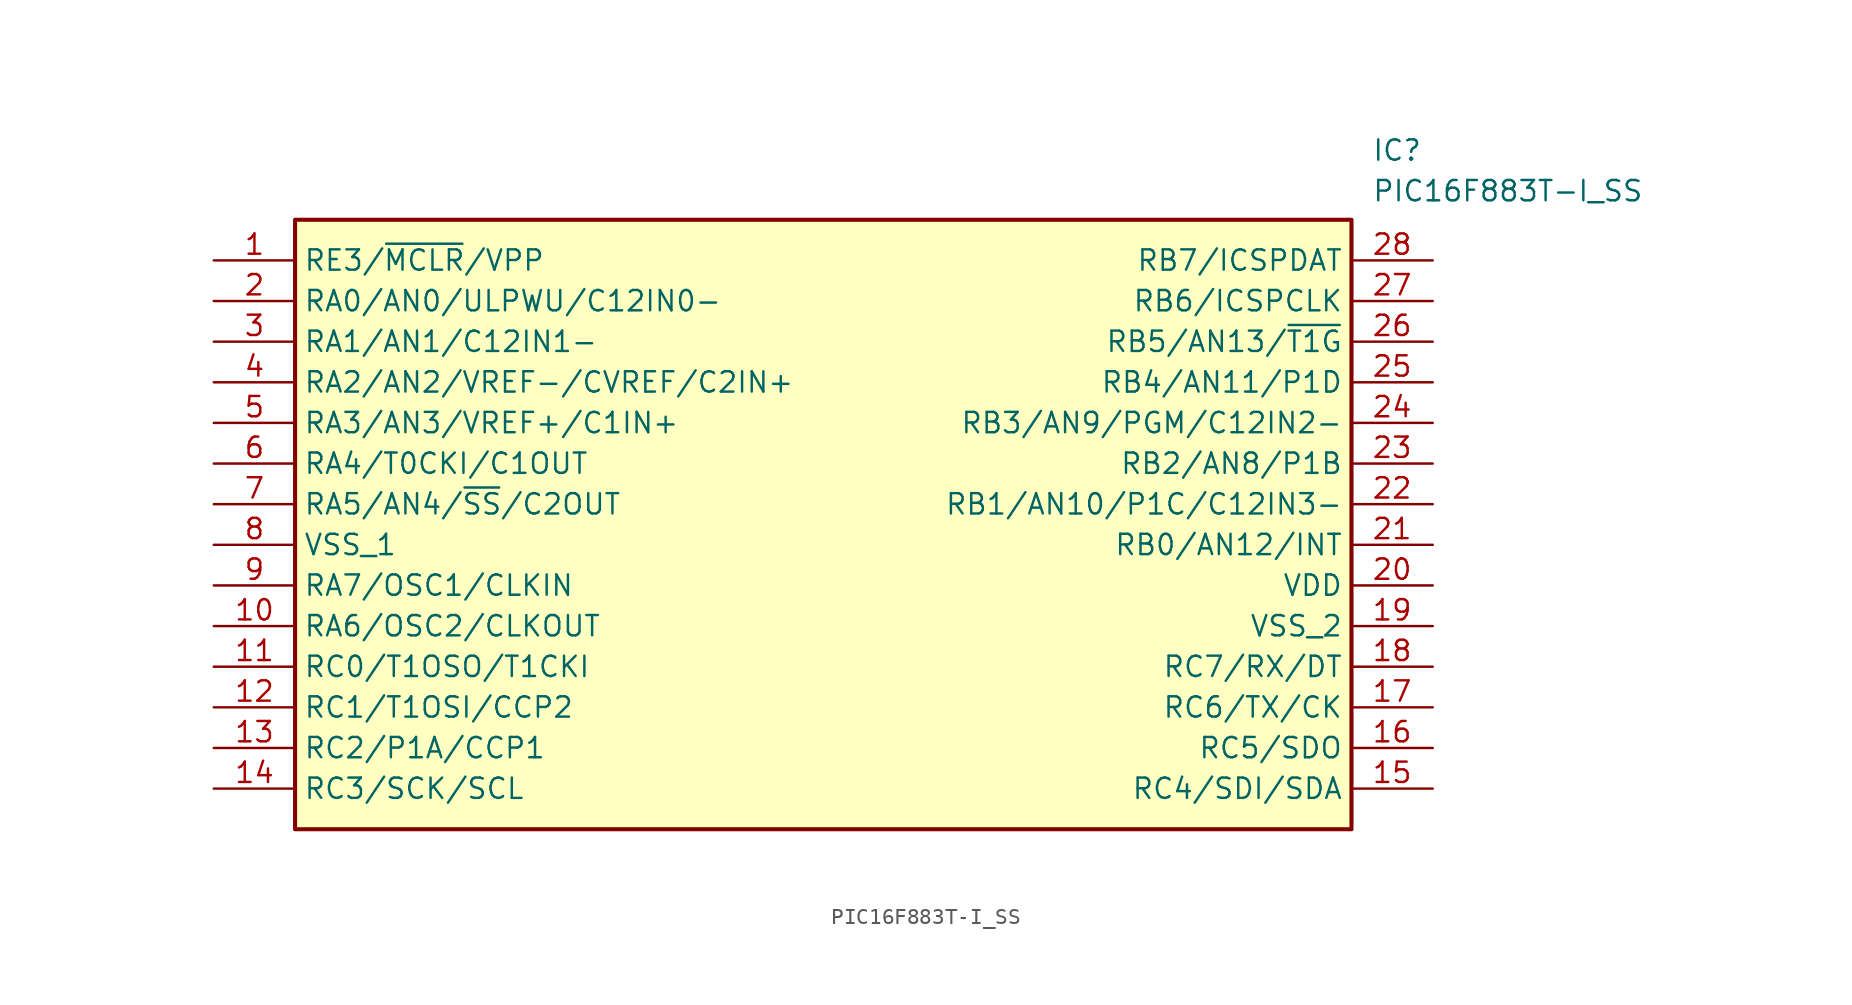
<source format=kicad_sym>
(kicad_symbol_lib
  (version 20211014)
  (generator SamacSys_ECAD_Model)
  (symbol "PIC16F883T-I_SS"
    (property "Reference" "IC"
      (at 72.39 7.62 0)
      (effects (font (size 1.27 1.27)) (justify left top)))
    (property "Value" "PIC16F883T-I_SS"
      (at 72.39 5.08 0)
      (effects (font (size 1.27 1.27)) (justify left top)))
    (rectangle
      (start 5.08 2.54)
      (end 71.12 -35.56)
      (stroke (width 0.254) (type default))
      (fill (type background)))
    (pin passive line
      (at 0 0 0)
      (length 5.08)
      (name "RE3/~{MCLR}/VPP" (effects (font (size 1.27 1.27))))
      (number "1" (effects (font (size 1.27 1.27)))))
    (pin passive line
      (at 0 -2.54 0)
      (length 5.08)
      (name "RA0/AN0/ULPWU/C12IN0-" (effects (font (size 1.27 1.27))))
      (number "2" (effects (font (size 1.27 1.27)))))
    (pin passive line
      (at 0 -5.08 0)
      (length 5.08)
      (name "RA1/AN1/C12IN1-" (effects (font (size 1.27 1.27))))
      (number "3" (effects (font (size 1.27 1.27)))))
    (pin passive line
      (at 0 -7.62 0)
      (length 5.08)
      (name "RA2/AN2/VREF-/CVREF/C2IN+" (effects (font (size 1.27 1.27))))
      (number "4" (effects (font (size 1.27 1.27)))))
    (pin passive line
      (at 0 -10.16 0)
      (length 5.08)
      (name "RA3/AN3/VREF+/C1IN+" (effects (font (size 1.27 1.27))))
      (number "5" (effects (font (size 1.27 1.27)))))
    (pin passive line
      (at 0 -12.7 0)
      (length 5.08)
      (name "RA4/T0CKI/C1OUT" (effects (font (size 1.27 1.27))))
      (number "6" (effects (font (size 1.27 1.27)))))
    (pin passive line
      (at 0 -15.24 0)
      (length 5.08)
      (name "RA5/AN4/~{SS}/C2OUT" (effects (font (size 1.27 1.27))))
      (number "7" (effects (font (size 1.27 1.27)))))
    (pin passive line
      (at 0 -17.78 0)
      (length 5.08)
      (name "VSS_1" (effects (font (size 1.27 1.27))))
      (number "8" (effects (font (size 1.27 1.27)))))
    (pin passive line
      (at 0 -20.32 0)
      (length 5.08)
      (name "RA7/OSC1/CLKIN" (effects (font (size 1.27 1.27))))
      (number "9" (effects (font (size 1.27 1.27)))))
    (pin passive line
      (at 0 -22.86 0)
      (length 5.08)
      (name "RA6/OSC2/CLKOUT" (effects (font (size 1.27 1.27))))
      (number "10" (effects (font (size 1.27 1.27)))))
    (pin passive line
      (at 0 -25.4 0)
      (length 5.08)
      (name "RC0/T1OSO/T1CKI" (effects (font (size 1.27 1.27))))
      (number "11" (effects (font (size 1.27 1.27)))))
    (pin passive line
      (at 0 -27.94 0)
      (length 5.08)
      (name "RC1/T1OSI/CCP2" (effects (font (size 1.27 1.27))))
      (number "12" (effects (font (size 1.27 1.27)))))
    (pin passive line
      (at 0 -30.48 0)
      (length 5.08)
      (name "RC2/P1A/CCP1" (effects (font (size 1.27 1.27))))
      (number "13" (effects (font (size 1.27 1.27)))))
    (pin passive line
      (at 0 -33.02 0)
      (length 5.08)
      (name "RC3/SCK/SCL" (effects (font (size 1.27 1.27))))
      (number "14" (effects (font (size 1.27 1.27)))))
    (pin passive line
      (at 76.2 0 180)
      (length 5.08)
      (name "RB7/ICSPDAT" (effects (font (size 1.27 1.27))))
      (number "28" (effects (font (size 1.27 1.27)))))
    (pin passive line
      (at 76.2 -2.54 180)
      (length 5.08)
      (name "RB6/ICSPCLK" (effects (font (size 1.27 1.27))))
      (number "27" (effects (font (size 1.27 1.27)))))
    (pin passive line
      (at 76.2 -5.08 180)
      (length 5.08)
      (name "RB5/AN13/~{T1G}" (effects (font (size 1.27 1.27))))
      (number "26" (effects (font (size 1.27 1.27)))))
    (pin passive line
      (at 76.2 -7.62 180)
      (length 5.08)
      (name "RB4/AN11/P1D" (effects (font (size 1.27 1.27))))
      (number "25" (effects (font (size 1.27 1.27)))))
    (pin passive line
      (at 76.2 -10.16 180)
      (length 5.08)
      (name "RB3/AN9/PGM/C12IN2-" (effects (font (size 1.27 1.27))))
      (number "24" (effects (font (size 1.27 1.27)))))
    (pin passive line
      (at 76.2 -12.7 180)
      (length 5.08)
      (name "RB2/AN8/P1B" (effects (font (size 1.27 1.27))))
      (number "23" (effects (font (size 1.27 1.27)))))
    (pin passive line
      (at 76.2 -15.24 180)
      (length 5.08)
      (name "RB1/AN10/P1C/C12IN3-" (effects (font (size 1.27 1.27))))
      (number "22" (effects (font (size 1.27 1.27)))))
    (pin passive line
      (at 76.2 -17.78 180)
      (length 5.08)
      (name "RB0/AN12/INT" (effects (font (size 1.27 1.27))))
      (number "21" (effects (font (size 1.27 1.27)))))
    (pin passive line
      (at 76.2 -20.32 180)
      (length 5.08)
      (name "VDD" (effects (font (size 1.27 1.27))))
      (number "20" (effects (font (size 1.27 1.27)))))
    (pin passive line
      (at 76.2 -22.86 180)
      (length 5.08)
      (name "VSS_2" (effects (font (size 1.27 1.27))))
      (number "19" (effects (font (size 1.27 1.27)))))
    (pin passive line
      (at 76.2 -25.4 180)
      (length 5.08)
      (name "RC7/RX/DT" (effects (font (size 1.27 1.27))))
      (number "18" (effects (font (size 1.27 1.27)))))
    (pin passive line
      (at 76.2 -27.94 180)
      (length 5.08)
      (name "RC6/TX/CK" (effects (font (size 1.27 1.27))))
      (number "17" (effects (font (size 1.27 1.27)))))
    (pin passive line
      (at 76.2 -30.48 180)
      (length 5.08)
      (name "RC5/SDO" (effects (font (size 1.27 1.27))))
      (number "16" (effects (font (size 1.27 1.27)))))
    (pin passive line
      (at 76.2 -33.02 180)
      (length 5.08)
      (name "RC4/SDI/SDA" (effects (font (size 1.27 1.27))))
      (number "15" (effects (font (size 1.27 1.27)))))))
</source>
